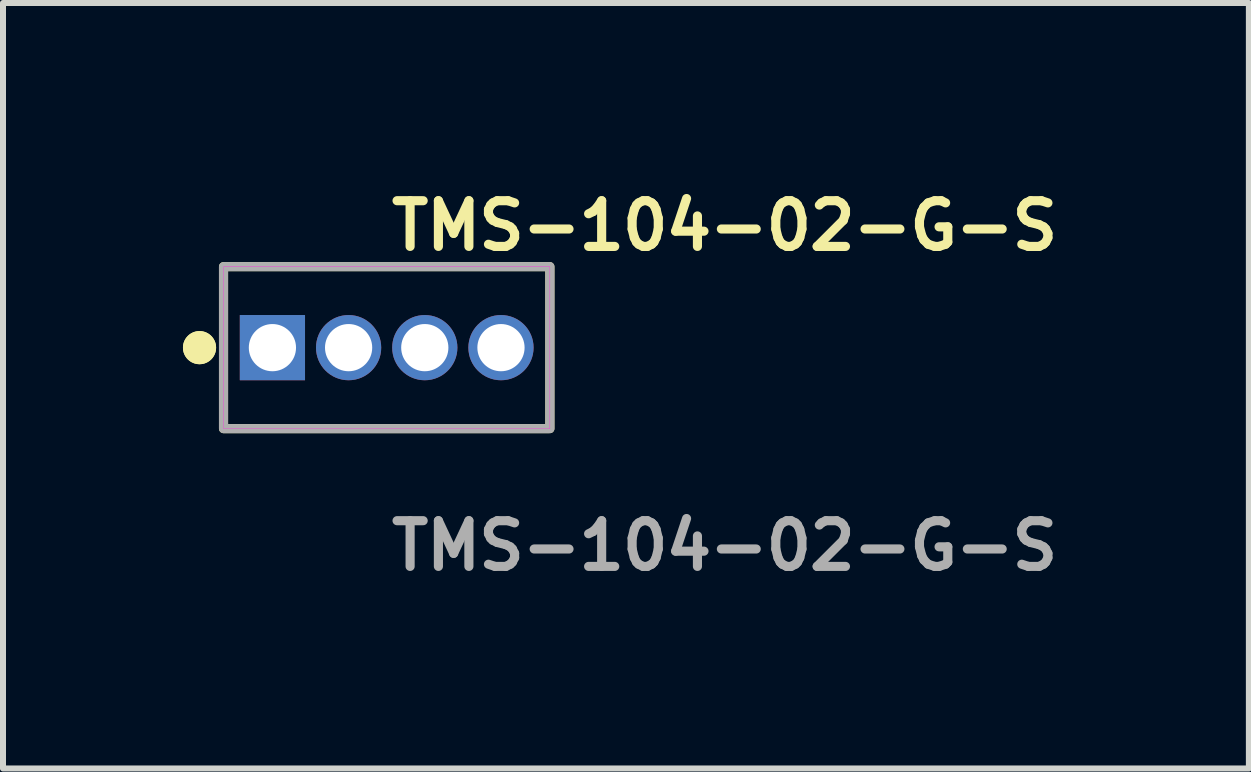
<source format=kicad_pcb>
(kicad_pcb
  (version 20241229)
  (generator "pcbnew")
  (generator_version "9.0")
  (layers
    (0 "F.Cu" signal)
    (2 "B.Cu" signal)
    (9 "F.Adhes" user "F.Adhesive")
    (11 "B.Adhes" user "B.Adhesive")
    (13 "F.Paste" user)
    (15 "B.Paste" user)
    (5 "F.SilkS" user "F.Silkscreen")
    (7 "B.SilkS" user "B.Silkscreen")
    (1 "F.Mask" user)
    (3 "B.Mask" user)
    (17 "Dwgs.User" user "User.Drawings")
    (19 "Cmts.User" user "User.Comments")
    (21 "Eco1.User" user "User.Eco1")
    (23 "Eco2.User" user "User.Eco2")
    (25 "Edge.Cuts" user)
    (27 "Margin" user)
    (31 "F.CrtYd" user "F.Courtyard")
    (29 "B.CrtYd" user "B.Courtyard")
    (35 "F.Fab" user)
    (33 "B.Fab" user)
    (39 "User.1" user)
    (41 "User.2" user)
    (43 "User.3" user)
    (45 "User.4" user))
  (footprint "TMS-104-02-G-S"
    (layer "F.Cu")
    (at 3.396 2.745)
    (property "Reference" "TMS-104-02-G-S" (at 0 -2.032 0) (unlocked yes) (layer "F.SilkS") (effects (font (size 0.762 0.762) (thickness 0.152)) (justify left)))
    (fp_rect (start -2.72 1.35) (end 2.72 -1.35) (stroke (width 0.152) (type solid)) (fill no) (layer "F.SilkS"))
    (fp_circle (center -3.12 0) (end -3.32 0) (stroke (width 0.152) (type solid)) (fill yes) (layer "F.SilkS"))
    (fp_circle (center -3.12 0) (end -3.32 0) (stroke (width 0.152) (type solid)) (fill yes) (layer "F.SilkS"))
    (fp_rect (start -2.72 1.35) (end 2.72 -1.35) (stroke (width 0.006) (type solid)) (fill no) (layer "F.CrtYd"))
    (fp_rect (start -2.72 1.35) (end 2.72 -1.35) (stroke (width 0.152) (type solid)) (fill no) (layer "F.Fab"))
    (fp_text user "${REFERENCE}" (at 0 3.302 0) (unlocked yes) (layer "F.Fab") (effects (font (size 0.762 0.762) (thickness 0.152)) (justify left)))
    (pad "1" thru_hole rect (at -1.905 0) (size 1.087 1.087) (drill 0.787) (layers "*.Cu" "*.Mask"))
    (pad "2" thru_hole circle (at -0.635 0) (size 1.087 1.087) (drill 0.787) (layers "*.Cu" "*.Mask"))
    (pad "3" thru_hole circle (at 0.635 0) (size 1.087 1.087) (drill 0.787) (layers "*.Cu" "*.Mask"))
    (pad "4" thru_hole circle (at 1.905 0) (size 1.087 1.087) (drill 0.787) (layers "*.Cu" "*.Mask")))
  (gr_rect
    (start -3 -3)
    (end 17.768 9.76)
    (stroke (width 0.1) (type default))
    (fill no)
    (layer "Edge.Cuts")))
</source>
